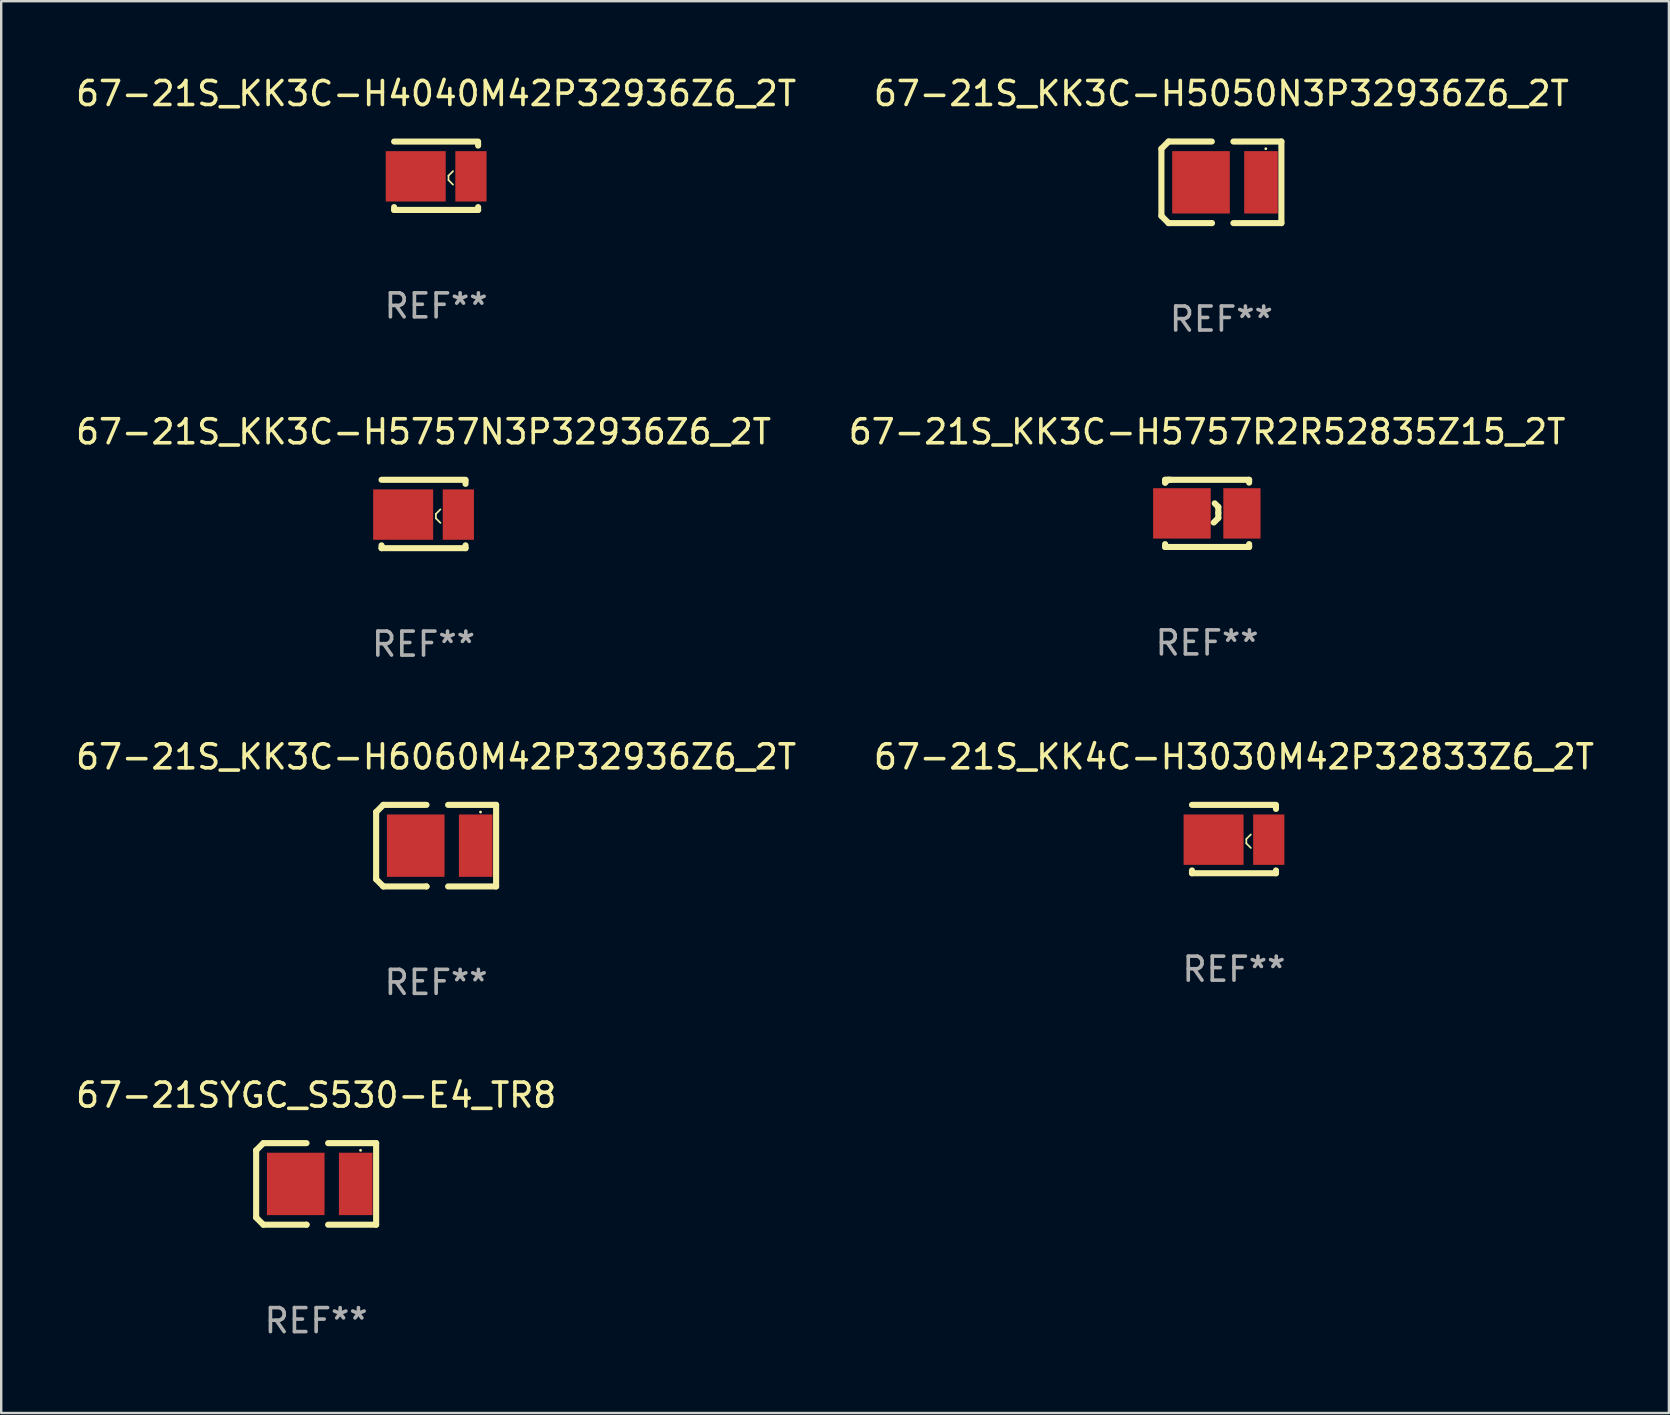
<source format=kicad_pcb>
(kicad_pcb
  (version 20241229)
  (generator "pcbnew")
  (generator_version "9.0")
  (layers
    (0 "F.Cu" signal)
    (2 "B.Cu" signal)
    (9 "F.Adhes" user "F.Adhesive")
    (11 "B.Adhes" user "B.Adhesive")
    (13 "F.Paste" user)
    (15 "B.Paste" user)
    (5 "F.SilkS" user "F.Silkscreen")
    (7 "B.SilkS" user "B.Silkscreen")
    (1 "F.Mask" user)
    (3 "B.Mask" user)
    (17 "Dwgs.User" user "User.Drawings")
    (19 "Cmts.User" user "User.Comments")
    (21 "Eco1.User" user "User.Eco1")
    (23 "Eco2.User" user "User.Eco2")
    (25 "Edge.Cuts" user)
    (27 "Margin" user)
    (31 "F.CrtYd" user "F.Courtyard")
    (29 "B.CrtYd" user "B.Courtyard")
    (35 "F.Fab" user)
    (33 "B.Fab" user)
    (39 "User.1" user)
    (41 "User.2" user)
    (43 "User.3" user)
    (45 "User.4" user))
  (footprint "67-21S_KK4C-H3030M42P32833Z6_2T"
    (layer "F.Cu")
    (at 48.375 31.917)
    (property "Reference" "67-21S_KK4C-H3030M42P32833Z6_2T" (at 0 -3.425 0) (layer "F.SilkS") (effects (font (size 1 1) (thickness 0.15))))
    (attr through_hole)
    (fp_line (start -1.75 -1.425) (end 1.75 -1.425) (stroke (width 0.254) (type solid)) (layer "F.SilkS"))
    (fp_line (start -1.75 1.307) (end -1.75 1.425) (stroke (width 0.254) (type solid)) (layer "F.SilkS"))
    (fp_line (start 0.515 -0.003) (end 0.704 -0.192) (stroke (width 0.07) (type solid)) (layer "F.SilkS"))
    (fp_line (start 0.515 0.181) (end 0.515 -0.003) (stroke (width 0.07) (type solid)) (layer "F.SilkS"))
    (fp_line (start 0.704 0.37) (end 0.515 0.181) (stroke (width 0.07) (type solid)) (layer "F.SilkS"))
    (fp_line (start 1.75 -1.375) (end 1.75 -1.256) (stroke (width 0.254) (type solid)) (layer "F.SilkS"))
    (fp_line (start 1.75 1.307) (end 1.75 1.425) (stroke (width 0.254) (type solid)) (layer "F.SilkS"))
    (fp_line (start 1.75 1.425) (end -1.75 1.425) (stroke (width 0.254) (type solid)) (layer "F.SilkS"))
    (fp_circle (center -1.775 1.425) (end -1.745 1.425) (stroke (width 0.06) (type solid)) (fill no) (layer "F.SilkS"))
    (fp_text user "REF**" (at 0 5.425 0) (layer "F.Fab") (effects (font (size 1 1) (thickness 0.15))))
    (pad "1" smd rect (at -0.85 0.025) (size 2.5 2.1) (layers "F.Cu" "F.Mask" "F.Paste"))
    (pad "2" smd rect (at 1.45 0.025 180) (size 1.3 2.1) (layers "F.Cu" "F.Mask" "F.Paste")))
  (footprint "67-21SYGC_S530-E4_TR8"
    (layer "F.Cu")
    (at 10.125 46.289)
    (property "Reference" "67-21SYGC_S530-E4_TR8" (at 0 -3.7 0) (layer "F.SilkS") (effects (font (size 1 1) (thickness 0.15))))
    (attr through_hole)
    (fp_line (start -2.5 1.4) (end -2.2 1.7) (stroke (width 0.254) (type solid)) (layer "F.SilkS"))
    (fp_line (start -2.5 -1.4) (end -2.5 1.4) (stroke (width 0.254) (type solid)) (layer "F.SilkS"))
    (fp_line (start -2.2 1.7) (end -0.4 1.7) (stroke (width 0.254) (type solid)) (layer "F.SilkS"))
    (fp_line (start -2.2 -1.7) (end -2.5 -1.4) (stroke (width 0.254) (type solid)) (layer "F.SilkS"))
    (fp_line (start -0.4 -1.7) (end -2.2 -1.7) (stroke (width 0.254) (type solid)) (layer "F.SilkS"))
    (fp_line (start -0.4 1.7) (end -0.4 1.7) (stroke (width 0.254) (type solid)) (layer "F.SilkS"))
    (fp_line (start 0.5 -1.7) (end 2.5 -1.7) (stroke (width 0.254) (type solid)) (layer "F.SilkS"))
    (fp_line (start 2.5 -1.7) (end 2.5 1.7) (stroke (width 0.254) (type solid)) (layer "F.SilkS"))
    (fp_line (start 2.5 1.7) (end 0.5 1.7) (stroke (width 0.254) (type solid)) (layer "F.SilkS"))
    (fp_circle (center 1.85 -1.4) (end 1.88 -1.4) (stroke (width 0.06) (type solid)) (fill no) (layer "F.SilkS"))
    (fp_text user "REF**" (at 0 5.7 0) (layer "F.Fab") (effects (font (size 1 1) (thickness 0.15))))
    (pad "1" smd rect (at 1.65 0 180) (size 1.4 2.6) (layers "F.Cu" "F.Mask" "F.Paste"))
    (pad "2" smd rect (at -0.85 0) (size 2.4 2.6) (layers "F.Cu" "F.Mask" "F.Paste")))
  (footprint "67-21S_KK3C-H6060M42P32936Z6_2T"
    (layer "F.Cu")
    (at 15.125 32.192)
    (property "Reference" "67-21S_KK3C-H6060M42P32936Z6_2T" (at 0 -3.7 0) (layer "F.SilkS") (effects (font (size 1 1) (thickness 0.15))))
    (attr through_hole)
    (fp_line (start -2.5 1.4) (end -2.2 1.7) (stroke (width 0.254) (type solid)) (layer "F.SilkS"))
    (fp_line (start -2.5 -1.4) (end -2.5 1.4) (stroke (width 0.254) (type solid)) (layer "F.SilkS"))
    (fp_line (start -2.2 1.7) (end -0.4 1.7) (stroke (width 0.254) (type solid)) (layer "F.SilkS"))
    (fp_line (start -2.2 -1.7) (end -2.5 -1.4) (stroke (width 0.254) (type solid)) (layer "F.SilkS"))
    (fp_line (start -0.4 -1.7) (end -2.2 -1.7) (stroke (width 0.254) (type solid)) (layer "F.SilkS"))
    (fp_line (start -0.4 1.7) (end -0.4 1.7) (stroke (width 0.254) (type solid)) (layer "F.SilkS"))
    (fp_line (start 0.5 -1.7) (end 2.5 -1.7) (stroke (width 0.254) (type solid)) (layer "F.SilkS"))
    (fp_line (start 2.5 -1.7) (end 2.5 1.7) (stroke (width 0.254) (type solid)) (layer "F.SilkS"))
    (fp_line (start 2.5 1.7) (end 0.5 1.7) (stroke (width 0.254) (type solid)) (layer "F.SilkS"))
    (fp_circle (center 1.85 -1.4) (end 1.88 -1.4) (stroke (width 0.06) (type solid)) (fill no) (layer "F.SilkS"))
    (fp_text user "REF**" (at 0 5.7 0) (layer "F.Fab") (effects (font (size 1 1) (thickness 0.15))))
    (pad "1" smd rect (at 1.65 0 180) (size 1.4 2.6) (layers "F.Cu" "F.Mask" "F.Paste"))
    (pad "2" smd rect (at -0.85 0) (size 2.4 2.6) (layers "F.Cu" "F.Mask" "F.Paste")))
  (footprint "67-21S_KK3C-H5050N3P32936Z6_2T"
    (layer "F.Cu")
    (at 47.851 4.548)
    (property "Reference" "67-21S_KK3C-H5050N3P32936Z6_2T" (at 0 -3.7 0) (layer "F.SilkS") (effects (font (size 1 1) (thickness 0.15))))
    (attr through_hole)
    (fp_line (start -2.5 1.4) (end -2.2 1.7) (stroke (width 0.254) (type solid)) (layer "F.SilkS"))
    (fp_line (start -2.5 -1.4) (end -2.5 1.4) (stroke (width 0.254) (type solid)) (layer "F.SilkS"))
    (fp_line (start -2.2 1.7) (end -0.4 1.7) (stroke (width 0.254) (type solid)) (layer "F.SilkS"))
    (fp_line (start -2.2 -1.7) (end -2.5 -1.4) (stroke (width 0.254) (type solid)) (layer "F.SilkS"))
    (fp_line (start -0.4 -1.7) (end -2.2 -1.7) (stroke (width 0.254) (type solid)) (layer "F.SilkS"))
    (fp_line (start -0.4 1.7) (end -0.4 1.7) (stroke (width 0.254) (type solid)) (layer "F.SilkS"))
    (fp_line (start 0.5 -1.7) (end 2.5 -1.7) (stroke (width 0.254) (type solid)) (layer "F.SilkS"))
    (fp_line (start 2.5 -1.7) (end 2.5 1.7) (stroke (width 0.254) (type solid)) (layer "F.SilkS"))
    (fp_line (start 2.5 1.7) (end 0.5 1.7) (stroke (width 0.254) (type solid)) (layer "F.SilkS"))
    (fp_circle (center 1.85 -1.4) (end 1.88 -1.4) (stroke (width 0.06) (type solid)) (fill no) (layer "F.SilkS"))
    (fp_text user "REF**" (at 0 5.7 0) (layer "F.Fab") (effects (font (size 1 1) (thickness 0.15))))
    (pad "1" smd rect (at 1.65 0 180) (size 1.4 2.6) (layers "F.Cu" "F.Mask" "F.Paste"))
    (pad "2" smd rect (at -0.85 0) (size 2.4 2.6) (layers "F.Cu" "F.Mask" "F.Paste")))
  (footprint "67-21S_KK3C-H5757R2R52835Z15_2T"
    (layer "F.Cu")
    (at 47.256 18.345)
    (property "Reference" "67-21S_KK3C-H5757R2R52835Z15_2T" (at 0 -3.4 0) (layer "F.SilkS") (effects (font (size 1 1) (thickness 0.15))))
    (attr through_hole)
    (fp_line (start -1.75 -1.4) (end -1.75 -1.281) (stroke (width 0.254) (type solid)) (layer "F.SilkS"))
    (fp_line (start -1.75 -1.4) (end 1.75 -1.4) (stroke (width 0.254) (type solid)) (layer "F.SilkS"))
    (fp_line (start -1.75 1.281) (end -1.75 1.4) (stroke (width 0.254) (type solid)) (layer "F.SilkS"))
    (fp_line (start -1.631 -1.4) (end -1.75 -1.281) (stroke (width 0.254) (type solid)) (layer "F.SilkS"))
    (fp_line (start -1.513 -1.4) (end -1.631 -1.4) (stroke (width 0.254) (type solid)) (layer "F.SilkS"))
    (fp_line (start 0.277 0.381) (end 0.467 0.191) (stroke (width 0.254) (type solid)) (layer "F.SilkS"))
    (fp_line (start 0.467 -0.269) (end 0.317 -0.419) (stroke (width 0.254) (type solid)) (layer "F.SilkS"))
    (fp_line (start 0.467 -0.019) (end 0.467 -0.269) (stroke (width 0.254) (type solid)) (layer "F.SilkS"))
    (fp_line (start 0.467 0.191) (end 0.467 -0.019) (stroke (width 0.254) (type solid)) (layer "F.SilkS"))
    (fp_line (start 1.75 -1.4) (end 1.75 -1.281) (stroke (width 0.254) (type solid)) (layer "F.SilkS"))
    (fp_line (start 1.75 1.281) (end 1.75 1.4) (stroke (width 0.254) (type solid)) (layer "F.SilkS"))
    (fp_line (start 1.75 1.4) (end -1.75 1.4) (stroke (width 0.254) (type solid)) (layer "F.SilkS"))
    (fp_circle (center -1.775 1.4) (end -1.745 1.4) (stroke (width 0.06) (type solid)) (fill no) (layer "F.SilkS"))
    (fp_text user "REF**" (at 0 5.4 0) (layer "F.Fab") (effects (font (size 1 1) (thickness 0.15))))
    (pad "1" smd rect (at -1.05 0.000102) (size 2.4 2.1) (layers "F.Cu" "F.Mask" "F.Paste"))
    (pad "2" smd rect (at 1.45 0.000102) (size 1.55 2.1) (layers "F.Cu" "F.Mask" "F.Paste")))
  (footprint "67-21S_KK3C-H5757N3P32936Z6_2T"
    (layer "F.Cu")
    (at 14.601 18.37)
    (property "Reference" "67-21S_KK3C-H5757N3P32936Z6_2T" (at 0 -3.425 0) (layer "F.SilkS") (effects (font (size 1 1) (thickness 0.15))))
    (attr through_hole)
    (fp_line (start -1.75 -1.425) (end 1.75 -1.425) (stroke (width 0.254) (type solid)) (layer "F.SilkS"))
    (fp_line (start -1.75 1.307) (end -1.75 1.425) (stroke (width 0.254) (type solid)) (layer "F.SilkS"))
    (fp_line (start 0.515 -0.003) (end 0.704 -0.192) (stroke (width 0.07) (type solid)) (layer "F.SilkS"))
    (fp_line (start 0.515 0.181) (end 0.515 -0.003) (stroke (width 0.07) (type solid)) (layer "F.SilkS"))
    (fp_line (start 0.704 0.37) (end 0.515 0.181) (stroke (width 0.07) (type solid)) (layer "F.SilkS"))
    (fp_line (start 1.75 -1.375) (end 1.75 -1.256) (stroke (width 0.254) (type solid)) (layer "F.SilkS"))
    (fp_line (start 1.75 1.307) (end 1.75 1.425) (stroke (width 0.254) (type solid)) (layer "F.SilkS"))
    (fp_line (start 1.75 1.425) (end -1.75 1.425) (stroke (width 0.254) (type solid)) (layer "F.SilkS"))
    (fp_circle (center -1.775 1.425) (end -1.745 1.425) (stroke (width 0.06) (type solid)) (fill no) (layer "F.SilkS"))
    (fp_text user "REF**" (at 0 5.425 0) (layer "F.Fab") (effects (font (size 1 1) (thickness 0.15))))
    (pad "1" smd rect (at -0.85 0.025) (size 2.5 2.1) (layers "F.Cu" "F.Mask" "F.Paste"))
    (pad "2" smd rect (at 1.45 0.025 180) (size 1.3 2.1) (layers "F.Cu" "F.Mask" "F.Paste")))
  (footprint "67-21S_KK3C-H4040M42P32936Z6_2T"
    (layer "F.Cu")
    (at 15.125 4.274)
    (property "Reference" "67-21S_KK3C-H4040M42P32936Z6_2T" (at 0 -3.425 0) (layer "F.SilkS") (effects (font (size 1 1) (thickness 0.15))))
    (attr through_hole)
    (fp_line (start -1.75 -1.425) (end 1.75 -1.425) (stroke (width 0.254) (type solid)) (layer "F.SilkS"))
    (fp_line (start -1.75 1.307) (end -1.75 1.425) (stroke (width 0.254) (type solid)) (layer "F.SilkS"))
    (fp_line (start 0.515 -0.003) (end 0.704 -0.192) (stroke (width 0.07) (type solid)) (layer "F.SilkS"))
    (fp_line (start 0.515 0.181) (end 0.515 -0.003) (stroke (width 0.07) (type solid)) (layer "F.SilkS"))
    (fp_line (start 0.704 0.37) (end 0.515 0.181) (stroke (width 0.07) (type solid)) (layer "F.SilkS"))
    (fp_line (start 1.75 -1.375) (end 1.75 -1.256) (stroke (width 0.254) (type solid)) (layer "F.SilkS"))
    (fp_line (start 1.75 1.307) (end 1.75 1.425) (stroke (width 0.254) (type solid)) (layer "F.SilkS"))
    (fp_line (start 1.75 1.425) (end -1.75 1.425) (stroke (width 0.254) (type solid)) (layer "F.SilkS"))
    (fp_circle (center -1.775 1.425) (end -1.745 1.425) (stroke (width 0.06) (type solid)) (fill no) (layer "F.SilkS"))
    (fp_text user "REF**" (at 0 5.425 0) (layer "F.Fab") (effects (font (size 1 1) (thickness 0.15))))
    (pad "1" smd rect (at -0.85 0.025) (size 2.5 2.1) (layers "F.Cu" "F.Mask" "F.Paste"))
    (pad "2" smd rect (at 1.45 0.025 180) (size 1.3 2.1) (layers "F.Cu" "F.Mask" "F.Paste")))
  (gr_rect
    (start -3 -3)
    (end 66.5 55.837)
    (stroke (width 0.1) (type default))
    (fill no)
    (layer "Edge.Cuts")))
</source>
